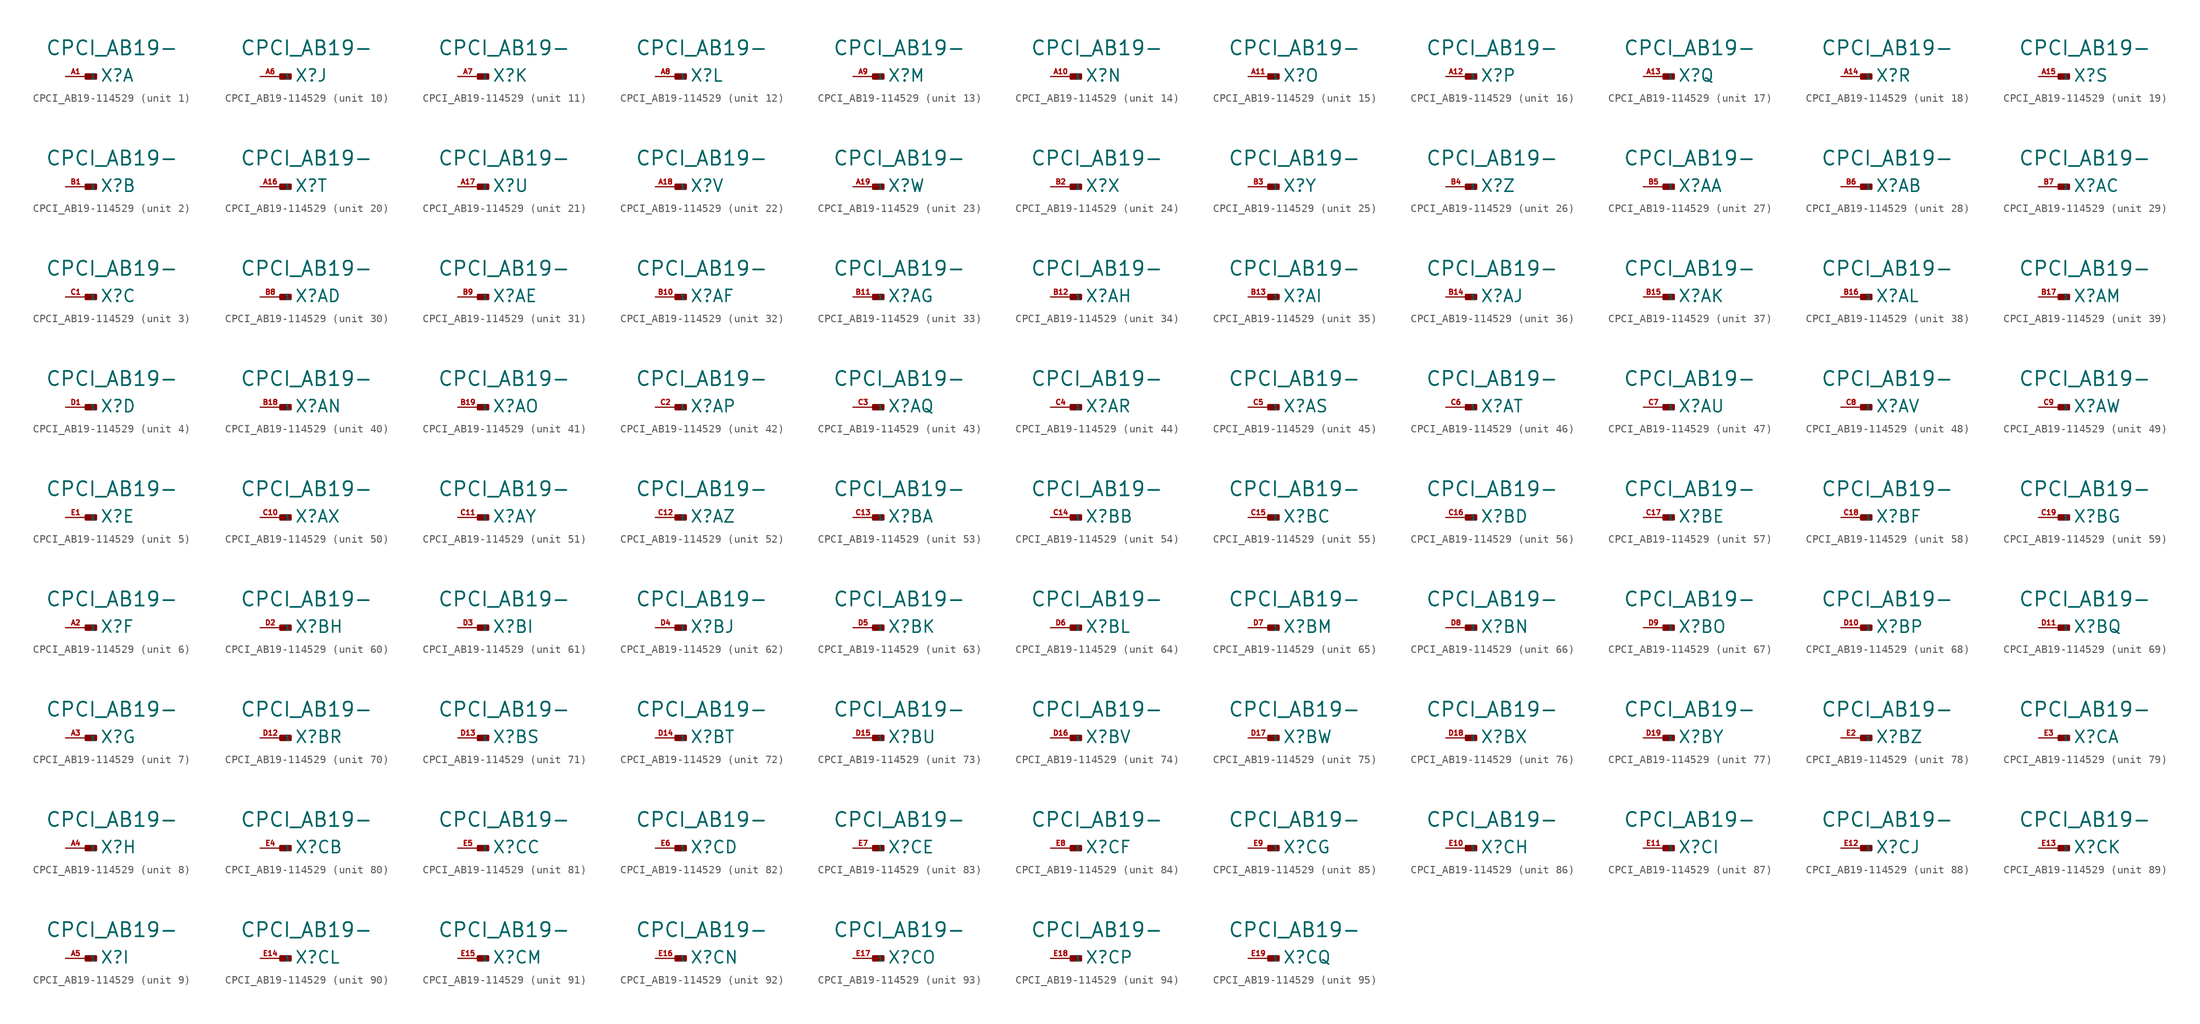
<source format=kicad_sym>
(kicad_symbol_lib
  (version 20220914)
  (generator Eagle2Kicad)
  (symbol "CPCI_AB19-114529"
    (property "Reference" "X"
      (at 1.778 -0.762 0)
      (effects (font (size 1.524 1.524) (thickness 0.19)) (justify left bottom)))
    (property "Value" "CPCI_AB19-"
      (at -5.08 2.54 0)
      (effects (font (size 1.778 1.778) (thickness 0.22)) (justify left bottom)))
    (symbol "CPCI_AB19-114529_1_0"
      (rectangle (start 0 -0.254) (end 1.27 0.254) (stroke (width 0.3) (type default)) (fill (type outline)))
      (pin input line (at -2.54 0 0) (length 2.54) (name "1" (effects (font (size 0.635 0.635) (thickness 0.08)) (justify left bottom))) (number "A1" (effects (font (size 0.635 0.635) (thickness 0.08)) (justify left bottom)))))
    (symbol "CPCI_AB19-114529_2_0"
      (rectangle (start 0 -0.254) (end 1.27 0.254) (stroke (width 0.3) (type default)) (fill (type outline)))
      (pin input line (at -2.54 0 0) (length 2.54) (name "1" (effects (font (size 0.635 0.635) (thickness 0.08)) (justify left bottom))) (number "B1" (effects (font (size 0.635 0.635) (thickness 0.08)) (justify left bottom)))))
    (symbol "CPCI_AB19-114529_3_0"
      (rectangle (start 0 -0.254) (end 1.27 0.254) (stroke (width 0.3) (type default)) (fill (type outline)))
      (pin input line (at -2.54 0 0) (length 2.54) (name "1" (effects (font (size 0.635 0.635) (thickness 0.08)) (justify left bottom))) (number "C1" (effects (font (size 0.635 0.635) (thickness 0.08)) (justify left bottom)))))
    (symbol "CPCI_AB19-114529_4_0"
      (rectangle (start 0 -0.254) (end 1.27 0.254) (stroke (width 0.3) (type default)) (fill (type outline)))
      (pin input line (at -2.54 0 0) (length 2.54) (name "1" (effects (font (size 0.635 0.635) (thickness 0.08)) (justify left bottom))) (number "D1" (effects (font (size 0.635 0.635) (thickness 0.08)) (justify left bottom)))))
    (symbol "CPCI_AB19-114529_5_0"
      (rectangle (start 0 -0.254) (end 1.27 0.254) (stroke (width 0.3) (type default)) (fill (type outline)))
      (pin input line (at -2.54 0 0) (length 2.54) (name "1" (effects (font (size 0.635 0.635) (thickness 0.08)) (justify left bottom))) (number "E1" (effects (font (size 0.635 0.635) (thickness 0.08)) (justify left bottom)))))
    (symbol "CPCI_AB19-114529_6_0"
      (rectangle (start 0 -0.254) (end 1.27 0.254) (stroke (width 0.3) (type default)) (fill (type outline)))
      (pin input line (at -2.54 0 0) (length 2.54) (name "1" (effects (font (size 0.635 0.635) (thickness 0.08)) (justify left bottom))) (number "A2" (effects (font (size 0.635 0.635) (thickness 0.08)) (justify left bottom)))))
    (symbol "CPCI_AB19-114529_7_0"
      (rectangle (start 0 -0.254) (end 1.27 0.254) (stroke (width 0.3) (type default)) (fill (type outline)))
      (pin input line (at -2.54 0 0) (length 2.54) (name "1" (effects (font (size 0.635 0.635) (thickness 0.08)) (justify left bottom))) (number "A3" (effects (font (size 0.635 0.635) (thickness 0.08)) (justify left bottom)))))
    (symbol "CPCI_AB19-114529_8_0"
      (rectangle (start 0 -0.254) (end 1.27 0.254) (stroke (width 0.3) (type default)) (fill (type outline)))
      (pin input line (at -2.54 0 0) (length 2.54) (name "1" (effects (font (size 0.635 0.635) (thickness 0.08)) (justify left bottom))) (number "A4" (effects (font (size 0.635 0.635) (thickness 0.08)) (justify left bottom)))))
    (symbol "CPCI_AB19-114529_9_0"
      (rectangle (start 0 -0.254) (end 1.27 0.254) (stroke (width 0.3) (type default)) (fill (type outline)))
      (pin input line (at -2.54 0 0) (length 2.54) (name "1" (effects (font (size 0.635 0.635) (thickness 0.08)) (justify left bottom))) (number "A5" (effects (font (size 0.635 0.635) (thickness 0.08)) (justify left bottom)))))
    (symbol "CPCI_AB19-114529_10_0"
      (rectangle (start 0 -0.254) (end 1.27 0.254) (stroke (width 0.3) (type default)) (fill (type outline)))
      (pin input line (at -2.54 0 0) (length 2.54) (name "1" (effects (font (size 0.635 0.635) (thickness 0.08)) (justify left bottom))) (number "A6" (effects (font (size 0.635 0.635) (thickness 0.08)) (justify left bottom)))))
    (symbol "CPCI_AB19-114529_11_0"
      (rectangle (start 0 -0.254) (end 1.27 0.254) (stroke (width 0.3) (type default)) (fill (type outline)))
      (pin input line (at -2.54 0 0) (length 2.54) (name "1" (effects (font (size 0.635 0.635) (thickness 0.08)) (justify left bottom))) (number "A7" (effects (font (size 0.635 0.635) (thickness 0.08)) (justify left bottom)))))
    (symbol "CPCI_AB19-114529_12_0"
      (rectangle (start 0 -0.254) (end 1.27 0.254) (stroke (width 0.3) (type default)) (fill (type outline)))
      (pin input line (at -2.54 0 0) (length 2.54) (name "1" (effects (font (size 0.635 0.635) (thickness 0.08)) (justify left bottom))) (number "A8" (effects (font (size 0.635 0.635) (thickness 0.08)) (justify left bottom)))))
    (symbol "CPCI_AB19-114529_13_0"
      (rectangle (start 0 -0.254) (end 1.27 0.254) (stroke (width 0.3) (type default)) (fill (type outline)))
      (pin input line (at -2.54 0 0) (length 2.54) (name "1" (effects (font (size 0.635 0.635) (thickness 0.08)) (justify left bottom))) (number "A9" (effects (font (size 0.635 0.635) (thickness 0.08)) (justify left bottom)))))
    (symbol "CPCI_AB19-114529_14_0"
      (rectangle (start 0 -0.254) (end 1.27 0.254) (stroke (width 0.3) (type default)) (fill (type outline)))
      (pin input line (at -2.54 0 0) (length 2.54) (name "1" (effects (font (size 0.635 0.635) (thickness 0.08)) (justify left bottom))) (number "A10" (effects (font (size 0.635 0.635) (thickness 0.08)) (justify left bottom)))))
    (symbol "CPCI_AB19-114529_15_0"
      (rectangle (start 0 -0.254) (end 1.27 0.254) (stroke (width 0.3) (type default)) (fill (type outline)))
      (pin input line (at -2.54 0 0) (length 2.54) (name "1" (effects (font (size 0.635 0.635) (thickness 0.08)) (justify left bottom))) (number "A11" (effects (font (size 0.635 0.635) (thickness 0.08)) (justify left bottom)))))
    (symbol "CPCI_AB19-114529_16_0"
      (rectangle (start 0 -0.254) (end 1.27 0.254) (stroke (width 0.3) (type default)) (fill (type outline)))
      (pin input line (at -2.54 0 0) (length 2.54) (name "1" (effects (font (size 0.635 0.635) (thickness 0.08)) (justify left bottom))) (number "A12" (effects (font (size 0.635 0.635) (thickness 0.08)) (justify left bottom)))))
    (symbol "CPCI_AB19-114529_17_0"
      (rectangle (start 0 -0.254) (end 1.27 0.254) (stroke (width 0.3) (type default)) (fill (type outline)))
      (pin input line (at -2.54 0 0) (length 2.54) (name "1" (effects (font (size 0.635 0.635) (thickness 0.08)) (justify left bottom))) (number "A13" (effects (font (size 0.635 0.635) (thickness 0.08)) (justify left bottom)))))
    (symbol "CPCI_AB19-114529_18_0"
      (rectangle (start 0 -0.254) (end 1.27 0.254) (stroke (width 0.3) (type default)) (fill (type outline)))
      (pin input line (at -2.54 0 0) (length 2.54) (name "1" (effects (font (size 0.635 0.635) (thickness 0.08)) (justify left bottom))) (number "A14" (effects (font (size 0.635 0.635) (thickness 0.08)) (justify left bottom)))))
    (symbol "CPCI_AB19-114529_19_0"
      (rectangle (start 0 -0.254) (end 1.27 0.254) (stroke (width 0.3) (type default)) (fill (type outline)))
      (pin input line (at -2.54 0 0) (length 2.54) (name "1" (effects (font (size 0.635 0.635) (thickness 0.08)) (justify left bottom))) (number "A15" (effects (font (size 0.635 0.635) (thickness 0.08)) (justify left bottom)))))
    (symbol "CPCI_AB19-114529_20_0"
      (rectangle (start 0 -0.254) (end 1.27 0.254) (stroke (width 0.3) (type default)) (fill (type outline)))
      (pin input line (at -2.54 0 0) (length 2.54) (name "1" (effects (font (size 0.635 0.635) (thickness 0.08)) (justify left bottom))) (number "A16" (effects (font (size 0.635 0.635) (thickness 0.08)) (justify left bottom)))))
    (symbol "CPCI_AB19-114529_21_0"
      (rectangle (start 0 -0.254) (end 1.27 0.254) (stroke (width 0.3) (type default)) (fill (type outline)))
      (pin input line (at -2.54 0 0) (length 2.54) (name "1" (effects (font (size 0.635 0.635) (thickness 0.08)) (justify left bottom))) (number "A17" (effects (font (size 0.635 0.635) (thickness 0.08)) (justify left bottom)))))
    (symbol "CPCI_AB19-114529_22_0"
      (rectangle (start 0 -0.254) (end 1.27 0.254) (stroke (width 0.3) (type default)) (fill (type outline)))
      (pin input line (at -2.54 0 0) (length 2.54) (name "1" (effects (font (size 0.635 0.635) (thickness 0.08)) (justify left bottom))) (number "A18" (effects (font (size 0.635 0.635) (thickness 0.08)) (justify left bottom)))))
    (symbol "CPCI_AB19-114529_23_0"
      (rectangle (start 0 -0.254) (end 1.27 0.254) (stroke (width 0.3) (type default)) (fill (type outline)))
      (pin input line (at -2.54 0 0) (length 2.54) (name "1" (effects (font (size 0.635 0.635) (thickness 0.08)) (justify left bottom))) (number "A19" (effects (font (size 0.635 0.635) (thickness 0.08)) (justify left bottom)))))
    (symbol "CPCI_AB19-114529_24_0"
      (rectangle (start 0 -0.254) (end 1.27 0.254) (stroke (width 0.3) (type default)) (fill (type outline)))
      (pin input line (at -2.54 0 0) (length 2.54) (name "1" (effects (font (size 0.635 0.635) (thickness 0.08)) (justify left bottom))) (number "B2" (effects (font (size 0.635 0.635) (thickness 0.08)) (justify left bottom)))))
    (symbol "CPCI_AB19-114529_25_0"
      (rectangle (start 0 -0.254) (end 1.27 0.254) (stroke (width 0.3) (type default)) (fill (type outline)))
      (pin input line (at -2.54 0 0) (length 2.54) (name "1" (effects (font (size 0.635 0.635) (thickness 0.08)) (justify left bottom))) (number "B3" (effects (font (size 0.635 0.635) (thickness 0.08)) (justify left bottom)))))
    (symbol "CPCI_AB19-114529_26_0"
      (rectangle (start 0 -0.254) (end 1.27 0.254) (stroke (width 0.3) (type default)) (fill (type outline)))
      (pin input line (at -2.54 0 0) (length 2.54) (name "1" (effects (font (size 0.635 0.635) (thickness 0.08)) (justify left bottom))) (number "B4" (effects (font (size 0.635 0.635) (thickness 0.08)) (justify left bottom)))))
    (symbol "CPCI_AB19-114529_27_0"
      (rectangle (start 0 -0.254) (end 1.27 0.254) (stroke (width 0.3) (type default)) (fill (type outline)))
      (pin input line (at -2.54 0 0) (length 2.54) (name "1" (effects (font (size 0.635 0.635) (thickness 0.08)) (justify left bottom))) (number "B5" (effects (font (size 0.635 0.635) (thickness 0.08)) (justify left bottom)))))
    (symbol "CPCI_AB19-114529_28_0"
      (rectangle (start 0 -0.254) (end 1.27 0.254) (stroke (width 0.3) (type default)) (fill (type outline)))
      (pin input line (at -2.54 0 0) (length 2.54) (name "1" (effects (font (size 0.635 0.635) (thickness 0.08)) (justify left bottom))) (number "B6" (effects (font (size 0.635 0.635) (thickness 0.08)) (justify left bottom)))))
    (symbol "CPCI_AB19-114529_29_0"
      (rectangle (start 0 -0.254) (end 1.27 0.254) (stroke (width 0.3) (type default)) (fill (type outline)))
      (pin input line (at -2.54 0 0) (length 2.54) (name "1" (effects (font (size 0.635 0.635) (thickness 0.08)) (justify left bottom))) (number "B7" (effects (font (size 0.635 0.635) (thickness 0.08)) (justify left bottom)))))
    (symbol "CPCI_AB19-114529_30_0"
      (rectangle (start 0 -0.254) (end 1.27 0.254) (stroke (width 0.3) (type default)) (fill (type outline)))
      (pin input line (at -2.54 0 0) (length 2.54) (name "1" (effects (font (size 0.635 0.635) (thickness 0.08)) (justify left bottom))) (number "B8" (effects (font (size 0.635 0.635) (thickness 0.08)) (justify left bottom)))))
    (symbol "CPCI_AB19-114529_31_0"
      (rectangle (start 0 -0.254) (end 1.27 0.254) (stroke (width 0.3) (type default)) (fill (type outline)))
      (pin input line (at -2.54 0 0) (length 2.54) (name "1" (effects (font (size 0.635 0.635) (thickness 0.08)) (justify left bottom))) (number "B9" (effects (font (size 0.635 0.635) (thickness 0.08)) (justify left bottom)))))
    (symbol "CPCI_AB19-114529_32_0"
      (rectangle (start 0 -0.254) (end 1.27 0.254) (stroke (width 0.3) (type default)) (fill (type outline)))
      (pin input line (at -2.54 0 0) (length 2.54) (name "1" (effects (font (size 0.635 0.635) (thickness 0.08)) (justify left bottom))) (number "B10" (effects (font (size 0.635 0.635) (thickness 0.08)) (justify left bottom)))))
    (symbol "CPCI_AB19-114529_33_0"
      (rectangle (start 0 -0.254) (end 1.27 0.254) (stroke (width 0.3) (type default)) (fill (type outline)))
      (pin input line (at -2.54 0 0) (length 2.54) (name "1" (effects (font (size 0.635 0.635) (thickness 0.08)) (justify left bottom))) (number "B11" (effects (font (size 0.635 0.635) (thickness 0.08)) (justify left bottom)))))
    (symbol "CPCI_AB19-114529_34_0"
      (rectangle (start 0 -0.254) (end 1.27 0.254) (stroke (width 0.3) (type default)) (fill (type outline)))
      (pin input line (at -2.54 0 0) (length 2.54) (name "1" (effects (font (size 0.635 0.635) (thickness 0.08)) (justify left bottom))) (number "B12" (effects (font (size 0.635 0.635) (thickness 0.08)) (justify left bottom)))))
    (symbol "CPCI_AB19-114529_35_0"
      (rectangle (start 0 -0.254) (end 1.27 0.254) (stroke (width 0.3) (type default)) (fill (type outline)))
      (pin input line (at -2.54 0 0) (length 2.54) (name "1" (effects (font (size 0.635 0.635) (thickness 0.08)) (justify left bottom))) (number "B13" (effects (font (size 0.635 0.635) (thickness 0.08)) (justify left bottom)))))
    (symbol "CPCI_AB19-114529_36_0"
      (rectangle (start 0 -0.254) (end 1.27 0.254) (stroke (width 0.3) (type default)) (fill (type outline)))
      (pin input line (at -2.54 0 0) (length 2.54) (name "1" (effects (font (size 0.635 0.635) (thickness 0.08)) (justify left bottom))) (number "B14" (effects (font (size 0.635 0.635) (thickness 0.08)) (justify left bottom)))))
    (symbol "CPCI_AB19-114529_37_0"
      (rectangle (start 0 -0.254) (end 1.27 0.254) (stroke (width 0.3) (type default)) (fill (type outline)))
      (pin input line (at -2.54 0 0) (length 2.54) (name "1" (effects (font (size 0.635 0.635) (thickness 0.08)) (justify left bottom))) (number "B15" (effects (font (size 0.635 0.635) (thickness 0.08)) (justify left bottom)))))
    (symbol "CPCI_AB19-114529_38_0"
      (rectangle (start 0 -0.254) (end 1.27 0.254) (stroke (width 0.3) (type default)) (fill (type outline)))
      (pin input line (at -2.54 0 0) (length 2.54) (name "1" (effects (font (size 0.635 0.635) (thickness 0.08)) (justify left bottom))) (number "B16" (effects (font (size 0.635 0.635) (thickness 0.08)) (justify left bottom)))))
    (symbol "CPCI_AB19-114529_39_0"
      (rectangle (start 0 -0.254) (end 1.27 0.254) (stroke (width 0.3) (type default)) (fill (type outline)))
      (pin input line (at -2.54 0 0) (length 2.54) (name "1" (effects (font (size 0.635 0.635) (thickness 0.08)) (justify left bottom))) (number "B17" (effects (font (size 0.635 0.635) (thickness 0.08)) (justify left bottom)))))
    (symbol "CPCI_AB19-114529_40_0"
      (rectangle (start 0 -0.254) (end 1.27 0.254) (stroke (width 0.3) (type default)) (fill (type outline)))
      (pin input line (at -2.54 0 0) (length 2.54) (name "1" (effects (font (size 0.635 0.635) (thickness 0.08)) (justify left bottom))) (number "B18" (effects (font (size 0.635 0.635) (thickness 0.08)) (justify left bottom)))))
    (symbol "CPCI_AB19-114529_41_0"
      (rectangle (start 0 -0.254) (end 1.27 0.254) (stroke (width 0.3) (type default)) (fill (type outline)))
      (pin input line (at -2.54 0 0) (length 2.54) (name "1" (effects (font (size 0.635 0.635) (thickness 0.08)) (justify left bottom))) (number "B19" (effects (font (size 0.635 0.635) (thickness 0.08)) (justify left bottom)))))
    (symbol "CPCI_AB19-114529_42_0"
      (rectangle (start 0 -0.254) (end 1.27 0.254) (stroke (width 0.3) (type default)) (fill (type outline)))
      (pin input line (at -2.54 0 0) (length 2.54) (name "1" (effects (font (size 0.635 0.635) (thickness 0.08)) (justify left bottom))) (number "C2" (effects (font (size 0.635 0.635) (thickness 0.08)) (justify left bottom)))))
    (symbol "CPCI_AB19-114529_43_0"
      (rectangle (start 0 -0.254) (end 1.27 0.254) (stroke (width 0.3) (type default)) (fill (type outline)))
      (pin input line (at -2.54 0 0) (length 2.54) (name "1" (effects (font (size 0.635 0.635) (thickness 0.08)) (justify left bottom))) (number "C3" (effects (font (size 0.635 0.635) (thickness 0.08)) (justify left bottom)))))
    (symbol "CPCI_AB19-114529_44_0"
      (rectangle (start 0 -0.254) (end 1.27 0.254) (stroke (width 0.3) (type default)) (fill (type outline)))
      (pin input line (at -2.54 0 0) (length 2.54) (name "1" (effects (font (size 0.635 0.635) (thickness 0.08)) (justify left bottom))) (number "C4" (effects (font (size 0.635 0.635) (thickness 0.08)) (justify left bottom)))))
    (symbol "CPCI_AB19-114529_45_0"
      (rectangle (start 0 -0.254) (end 1.27 0.254) (stroke (width 0.3) (type default)) (fill (type outline)))
      (pin input line (at -2.54 0 0) (length 2.54) (name "1" (effects (font (size 0.635 0.635) (thickness 0.08)) (justify left bottom))) (number "C5" (effects (font (size 0.635 0.635) (thickness 0.08)) (justify left bottom)))))
    (symbol "CPCI_AB19-114529_46_0"
      (rectangle (start 0 -0.254) (end 1.27 0.254) (stroke (width 0.3) (type default)) (fill (type outline)))
      (pin input line (at -2.54 0 0) (length 2.54) (name "1" (effects (font (size 0.635 0.635) (thickness 0.08)) (justify left bottom))) (number "C6" (effects (font (size 0.635 0.635) (thickness 0.08)) (justify left bottom)))))
    (symbol "CPCI_AB19-114529_47_0"
      (rectangle (start 0 -0.254) (end 1.27 0.254) (stroke (width 0.3) (type default)) (fill (type outline)))
      (pin input line (at -2.54 0 0) (length 2.54) (name "1" (effects (font (size 0.635 0.635) (thickness 0.08)) (justify left bottom))) (number "C7" (effects (font (size 0.635 0.635) (thickness 0.08)) (justify left bottom)))))
    (symbol "CPCI_AB19-114529_48_0"
      (rectangle (start 0 -0.254) (end 1.27 0.254) (stroke (width 0.3) (type default)) (fill (type outline)))
      (pin input line (at -2.54 0 0) (length 2.54) (name "1" (effects (font (size 0.635 0.635) (thickness 0.08)) (justify left bottom))) (number "C8" (effects (font (size 0.635 0.635) (thickness 0.08)) (justify left bottom)))))
    (symbol "CPCI_AB19-114529_49_0"
      (rectangle (start 0 -0.254) (end 1.27 0.254) (stroke (width 0.3) (type default)) (fill (type outline)))
      (pin input line (at -2.54 0 0) (length 2.54) (name "1" (effects (font (size 0.635 0.635) (thickness 0.08)) (justify left bottom))) (number "C9" (effects (font (size 0.635 0.635) (thickness 0.08)) (justify left bottom)))))
    (symbol "CPCI_AB19-114529_50_0"
      (rectangle (start 0 -0.254) (end 1.27 0.254) (stroke (width 0.3) (type default)) (fill (type outline)))
      (pin input line (at -2.54 0 0) (length 2.54) (name "1" (effects (font (size 0.635 0.635) (thickness 0.08)) (justify left bottom))) (number "C10" (effects (font (size 0.635 0.635) (thickness 0.08)) (justify left bottom)))))
    (symbol "CPCI_AB19-114529_51_0"
      (rectangle (start 0 -0.254) (end 1.27 0.254) (stroke (width 0.3) (type default)) (fill (type outline)))
      (pin input line (at -2.54 0 0) (length 2.54) (name "1" (effects (font (size 0.635 0.635) (thickness 0.08)) (justify left bottom))) (number "C11" (effects (font (size 0.635 0.635) (thickness 0.08)) (justify left bottom)))))
    (symbol "CPCI_AB19-114529_52_0"
      (rectangle (start 0 -0.254) (end 1.27 0.254) (stroke (width 0.3) (type default)) (fill (type outline)))
      (pin input line (at -2.54 0 0) (length 2.54) (name "1" (effects (font (size 0.635 0.635) (thickness 0.08)) (justify left bottom))) (number "C12" (effects (font (size 0.635 0.635) (thickness 0.08)) (justify left bottom)))))
    (symbol "CPCI_AB19-114529_53_0"
      (rectangle (start 0 -0.254) (end 1.27 0.254) (stroke (width 0.3) (type default)) (fill (type outline)))
      (pin input line (at -2.54 0 0) (length 2.54) (name "1" (effects (font (size 0.635 0.635) (thickness 0.08)) (justify left bottom))) (number "C13" (effects (font (size 0.635 0.635) (thickness 0.08)) (justify left bottom)))))
    (symbol "CPCI_AB19-114529_54_0"
      (rectangle (start 0 -0.254) (end 1.27 0.254) (stroke (width 0.3) (type default)) (fill (type outline)))
      (pin input line (at -2.54 0 0) (length 2.54) (name "1" (effects (font (size 0.635 0.635) (thickness 0.08)) (justify left bottom))) (number "C14" (effects (font (size 0.635 0.635) (thickness 0.08)) (justify left bottom)))))
    (symbol "CPCI_AB19-114529_55_0"
      (rectangle (start 0 -0.254) (end 1.27 0.254) (stroke (width 0.3) (type default)) (fill (type outline)))
      (pin input line (at -2.54 0 0) (length 2.54) (name "1" (effects (font (size 0.635 0.635) (thickness 0.08)) (justify left bottom))) (number "C15" (effects (font (size 0.635 0.635) (thickness 0.08)) (justify left bottom)))))
    (symbol "CPCI_AB19-114529_56_0"
      (rectangle (start 0 -0.254) (end 1.27 0.254) (stroke (width 0.3) (type default)) (fill (type outline)))
      (pin input line (at -2.54 0 0) (length 2.54) (name "1" (effects (font (size 0.635 0.635) (thickness 0.08)) (justify left bottom))) (number "C16" (effects (font (size 0.635 0.635) (thickness 0.08)) (justify left bottom)))))
    (symbol "CPCI_AB19-114529_57_0"
      (rectangle (start 0 -0.254) (end 1.27 0.254) (stroke (width 0.3) (type default)) (fill (type outline)))
      (pin input line (at -2.54 0 0) (length 2.54) (name "1" (effects (font (size 0.635 0.635) (thickness 0.08)) (justify left bottom))) (number "C17" (effects (font (size 0.635 0.635) (thickness 0.08)) (justify left bottom)))))
    (symbol "CPCI_AB19-114529_58_0"
      (rectangle (start 0 -0.254) (end 1.27 0.254) (stroke (width 0.3) (type default)) (fill (type outline)))
      (pin input line (at -2.54 0 0) (length 2.54) (name "1" (effects (font (size 0.635 0.635) (thickness 0.08)) (justify left bottom))) (number "C18" (effects (font (size 0.635 0.635) (thickness 0.08)) (justify left bottom)))))
    (symbol "CPCI_AB19-114529_59_0"
      (rectangle (start 0 -0.254) (end 1.27 0.254) (stroke (width 0.3) (type default)) (fill (type outline)))
      (pin input line (at -2.54 0 0) (length 2.54) (name "1" (effects (font (size 0.635 0.635) (thickness 0.08)) (justify left bottom))) (number "C19" (effects (font (size 0.635 0.635) (thickness 0.08)) (justify left bottom)))))
    (symbol "CPCI_AB19-114529_60_0"
      (rectangle (start 0 -0.254) (end 1.27 0.254) (stroke (width 0.3) (type default)) (fill (type outline)))
      (pin input line (at -2.54 0 0) (length 2.54) (name "1" (effects (font (size 0.635 0.635) (thickness 0.08)) (justify left bottom))) (number "D2" (effects (font (size 0.635 0.635) (thickness 0.08)) (justify left bottom)))))
    (symbol "CPCI_AB19-114529_61_0"
      (rectangle (start 0 -0.254) (end 1.27 0.254) (stroke (width 0.3) (type default)) (fill (type outline)))
      (pin input line (at -2.54 0 0) (length 2.54) (name "1" (effects (font (size 0.635 0.635) (thickness 0.08)) (justify left bottom))) (number "D3" (effects (font (size 0.635 0.635) (thickness 0.08)) (justify left bottom)))))
    (symbol "CPCI_AB19-114529_62_0"
      (rectangle (start 0 -0.254) (end 1.27 0.254) (stroke (width 0.3) (type default)) (fill (type outline)))
      (pin input line (at -2.54 0 0) (length 2.54) (name "1" (effects (font (size 0.635 0.635) (thickness 0.08)) (justify left bottom))) (number "D4" (effects (font (size 0.635 0.635) (thickness 0.08)) (justify left bottom)))))
    (symbol "CPCI_AB19-114529_63_0"
      (rectangle (start 0 -0.254) (end 1.27 0.254) (stroke (width 0.3) (type default)) (fill (type outline)))
      (pin input line (at -2.54 0 0) (length 2.54) (name "1" (effects (font (size 0.635 0.635) (thickness 0.08)) (justify left bottom))) (number "D5" (effects (font (size 0.635 0.635) (thickness 0.08)) (justify left bottom)))))
    (symbol "CPCI_AB19-114529_64_0"
      (rectangle (start 0 -0.254) (end 1.27 0.254) (stroke (width 0.3) (type default)) (fill (type outline)))
      (pin input line (at -2.54 0 0) (length 2.54) (name "1" (effects (font (size 0.635 0.635) (thickness 0.08)) (justify left bottom))) (number "D6" (effects (font (size 0.635 0.635) (thickness 0.08)) (justify left bottom)))))
    (symbol "CPCI_AB19-114529_65_0"
      (rectangle (start 0 -0.254) (end 1.27 0.254) (stroke (width 0.3) (type default)) (fill (type outline)))
      (pin input line (at -2.54 0 0) (length 2.54) (name "1" (effects (font (size 0.635 0.635) (thickness 0.08)) (justify left bottom))) (number "D7" (effects (font (size 0.635 0.635) (thickness 0.08)) (justify left bottom)))))
    (symbol "CPCI_AB19-114529_66_0"
      (rectangle (start 0 -0.254) (end 1.27 0.254) (stroke (width 0.3) (type default)) (fill (type outline)))
      (pin input line (at -2.54 0 0) (length 2.54) (name "1" (effects (font (size 0.635 0.635) (thickness 0.08)) (justify left bottom))) (number "D8" (effects (font (size 0.635 0.635) (thickness 0.08)) (justify left bottom)))))
    (symbol "CPCI_AB19-114529_67_0"
      (rectangle (start 0 -0.254) (end 1.27 0.254) (stroke (width 0.3) (type default)) (fill (type outline)))
      (pin input line (at -2.54 0 0) (length 2.54) (name "1" (effects (font (size 0.635 0.635) (thickness 0.08)) (justify left bottom))) (number "D9" (effects (font (size 0.635 0.635) (thickness 0.08)) (justify left bottom)))))
    (symbol "CPCI_AB19-114529_68_0"
      (rectangle (start 0 -0.254) (end 1.27 0.254) (stroke (width 0.3) (type default)) (fill (type outline)))
      (pin input line (at -2.54 0 0) (length 2.54) (name "1" (effects (font (size 0.635 0.635) (thickness 0.08)) (justify left bottom))) (number "D10" (effects (font (size 0.635 0.635) (thickness 0.08)) (justify left bottom)))))
    (symbol "CPCI_AB19-114529_69_0"
      (rectangle (start 0 -0.254) (end 1.27 0.254) (stroke (width 0.3) (type default)) (fill (type outline)))
      (pin input line (at -2.54 0 0) (length 2.54) (name "1" (effects (font (size 0.635 0.635) (thickness 0.08)) (justify left bottom))) (number "D11" (effects (font (size 0.635 0.635) (thickness 0.08)) (justify left bottom)))))
    (symbol "CPCI_AB19-114529_70_0"
      (rectangle (start 0 -0.254) (end 1.27 0.254) (stroke (width 0.3) (type default)) (fill (type outline)))
      (pin input line (at -2.54 0 0) (length 2.54) (name "1" (effects (font (size 0.635 0.635) (thickness 0.08)) (justify left bottom))) (number "D12" (effects (font (size 0.635 0.635) (thickness 0.08)) (justify left bottom)))))
    (symbol "CPCI_AB19-114529_71_0"
      (rectangle (start 0 -0.254) (end 1.27 0.254) (stroke (width 0.3) (type default)) (fill (type outline)))
      (pin input line (at -2.54 0 0) (length 2.54) (name "1" (effects (font (size 0.635 0.635) (thickness 0.08)) (justify left bottom))) (number "D13" (effects (font (size 0.635 0.635) (thickness 0.08)) (justify left bottom)))))
    (symbol "CPCI_AB19-114529_72_0"
      (rectangle (start 0 -0.254) (end 1.27 0.254) (stroke (width 0.3) (type default)) (fill (type outline)))
      (pin input line (at -2.54 0 0) (length 2.54) (name "1" (effects (font (size 0.635 0.635) (thickness 0.08)) (justify left bottom))) (number "D14" (effects (font (size 0.635 0.635) (thickness 0.08)) (justify left bottom)))))
    (symbol "CPCI_AB19-114529_73_0"
      (rectangle (start 0 -0.254) (end 1.27 0.254) (stroke (width 0.3) (type default)) (fill (type outline)))
      (pin input line (at -2.54 0 0) (length 2.54) (name "1" (effects (font (size 0.635 0.635) (thickness 0.08)) (justify left bottom))) (number "D15" (effects (font (size 0.635 0.635) (thickness 0.08)) (justify left bottom)))))
    (symbol "CPCI_AB19-114529_74_0"
      (rectangle (start 0 -0.254) (end 1.27 0.254) (stroke (width 0.3) (type default)) (fill (type outline)))
      (pin input line (at -2.54 0 0) (length 2.54) (name "1" (effects (font (size 0.635 0.635) (thickness 0.08)) (justify left bottom))) (number "D16" (effects (font (size 0.635 0.635) (thickness 0.08)) (justify left bottom)))))
    (symbol "CPCI_AB19-114529_75_0"
      (rectangle (start 0 -0.254) (end 1.27 0.254) (stroke (width 0.3) (type default)) (fill (type outline)))
      (pin input line (at -2.54 0 0) (length 2.54) (name "1" (effects (font (size 0.635 0.635) (thickness 0.08)) (justify left bottom))) (number "D17" (effects (font (size 0.635 0.635) (thickness 0.08)) (justify left bottom)))))
    (symbol "CPCI_AB19-114529_76_0"
      (rectangle (start 0 -0.254) (end 1.27 0.254) (stroke (width 0.3) (type default)) (fill (type outline)))
      (pin input line (at -2.54 0 0) (length 2.54) (name "1" (effects (font (size 0.635 0.635) (thickness 0.08)) (justify left bottom))) (number "D18" (effects (font (size 0.635 0.635) (thickness 0.08)) (justify left bottom)))))
    (symbol "CPCI_AB19-114529_77_0"
      (rectangle (start 0 -0.254) (end 1.27 0.254) (stroke (width 0.3) (type default)) (fill (type outline)))
      (pin input line (at -2.54 0 0) (length 2.54) (name "1" (effects (font (size 0.635 0.635) (thickness 0.08)) (justify left bottom))) (number "D19" (effects (font (size 0.635 0.635) (thickness 0.08)) (justify left bottom)))))
    (symbol "CPCI_AB19-114529_78_0"
      (rectangle (start 0 -0.254) (end 1.27 0.254) (stroke (width 0.3) (type default)) (fill (type outline)))
      (pin input line (at -2.54 0 0) (length 2.54) (name "1" (effects (font (size 0.635 0.635) (thickness 0.08)) (justify left bottom))) (number "E2" (effects (font (size 0.635 0.635) (thickness 0.08)) (justify left bottom)))))
    (symbol "CPCI_AB19-114529_79_0"
      (rectangle (start 0 -0.254) (end 1.27 0.254) (stroke (width 0.3) (type default)) (fill (type outline)))
      (pin input line (at -2.54 0 0) (length 2.54) (name "1" (effects (font (size 0.635 0.635) (thickness 0.08)) (justify left bottom))) (number "E3" (effects (font (size 0.635 0.635) (thickness 0.08)) (justify left bottom)))))
    (symbol "CPCI_AB19-114529_80_0"
      (rectangle (start 0 -0.254) (end 1.27 0.254) (stroke (width 0.3) (type default)) (fill (type outline)))
      (pin input line (at -2.54 0 0) (length 2.54) (name "1" (effects (font (size 0.635 0.635) (thickness 0.08)) (justify left bottom))) (number "E4" (effects (font (size 0.635 0.635) (thickness 0.08)) (justify left bottom)))))
    (symbol "CPCI_AB19-114529_81_0"
      (rectangle (start 0 -0.254) (end 1.27 0.254) (stroke (width 0.3) (type default)) (fill (type outline)))
      (pin input line (at -2.54 0 0) (length 2.54) (name "1" (effects (font (size 0.635 0.635) (thickness 0.08)) (justify left bottom))) (number "E5" (effects (font (size 0.635 0.635) (thickness 0.08)) (justify left bottom)))))
    (symbol "CPCI_AB19-114529_82_0"
      (rectangle (start 0 -0.254) (end 1.27 0.254) (stroke (width 0.3) (type default)) (fill (type outline)))
      (pin input line (at -2.54 0 0) (length 2.54) (name "1" (effects (font (size 0.635 0.635) (thickness 0.08)) (justify left bottom))) (number "E6" (effects (font (size 0.635 0.635) (thickness 0.08)) (justify left bottom)))))
    (symbol "CPCI_AB19-114529_83_0"
      (rectangle (start 0 -0.254) (end 1.27 0.254) (stroke (width 0.3) (type default)) (fill (type outline)))
      (pin input line (at -2.54 0 0) (length 2.54) (name "1" (effects (font (size 0.635 0.635) (thickness 0.08)) (justify left bottom))) (number "E7" (effects (font (size 0.635 0.635) (thickness 0.08)) (justify left bottom)))))
    (symbol "CPCI_AB19-114529_84_0"
      (rectangle (start 0 -0.254) (end 1.27 0.254) (stroke (width 0.3) (type default)) (fill (type outline)))
      (pin input line (at -2.54 0 0) (length 2.54) (name "1" (effects (font (size 0.635 0.635) (thickness 0.08)) (justify left bottom))) (number "E8" (effects (font (size 0.635 0.635) (thickness 0.08)) (justify left bottom)))))
    (symbol "CPCI_AB19-114529_85_0"
      (rectangle (start 0 -0.254) (end 1.27 0.254) (stroke (width 0.3) (type default)) (fill (type outline)))
      (pin input line (at -2.54 0 0) (length 2.54) (name "1" (effects (font (size 0.635 0.635) (thickness 0.08)) (justify left bottom))) (number "E9" (effects (font (size 0.635 0.635) (thickness 0.08)) (justify left bottom)))))
    (symbol "CPCI_AB19-114529_86_0"
      (rectangle (start 0 -0.254) (end 1.27 0.254) (stroke (width 0.3) (type default)) (fill (type outline)))
      (pin input line (at -2.54 0 0) (length 2.54) (name "1" (effects (font (size 0.635 0.635) (thickness 0.08)) (justify left bottom))) (number "E10" (effects (font (size 0.635 0.635) (thickness 0.08)) (justify left bottom)))))
    (symbol "CPCI_AB19-114529_87_0"
      (rectangle (start 0 -0.254) (end 1.27 0.254) (stroke (width 0.3) (type default)) (fill (type outline)))
      (pin input line (at -2.54 0 0) (length 2.54) (name "1" (effects (font (size 0.635 0.635) (thickness 0.08)) (justify left bottom))) (number "E11" (effects (font (size 0.635 0.635) (thickness 0.08)) (justify left bottom)))))
    (symbol "CPCI_AB19-114529_88_0"
      (rectangle (start 0 -0.254) (end 1.27 0.254) (stroke (width 0.3) (type default)) (fill (type outline)))
      (pin input line (at -2.54 0 0) (length 2.54) (name "1" (effects (font (size 0.635 0.635) (thickness 0.08)) (justify left bottom))) (number "E12" (effects (font (size 0.635 0.635) (thickness 0.08)) (justify left bottom)))))
    (symbol "CPCI_AB19-114529_89_0"
      (rectangle (start 0 -0.254) (end 1.27 0.254) (stroke (width 0.3) (type default)) (fill (type outline)))
      (pin input line (at -2.54 0 0) (length 2.54) (name "1" (effects (font (size 0.635 0.635) (thickness 0.08)) (justify left bottom))) (number "E13" (effects (font (size 0.635 0.635) (thickness 0.08)) (justify left bottom)))))
    (symbol "CPCI_AB19-114529_90_0"
      (rectangle (start 0 -0.254) (end 1.27 0.254) (stroke (width 0.3) (type default)) (fill (type outline)))
      (pin input line (at -2.54 0 0) (length 2.54) (name "1" (effects (font (size 0.635 0.635) (thickness 0.08)) (justify left bottom))) (number "E14" (effects (font (size 0.635 0.635) (thickness 0.08)) (justify left bottom)))))
    (symbol "CPCI_AB19-114529_91_0"
      (rectangle (start 0 -0.254) (end 1.27 0.254) (stroke (width 0.3) (type default)) (fill (type outline)))
      (pin input line (at -2.54 0 0) (length 2.54) (name "1" (effects (font (size 0.635 0.635) (thickness 0.08)) (justify left bottom))) (number "E15" (effects (font (size 0.635 0.635) (thickness 0.08)) (justify left bottom)))))
    (symbol "CPCI_AB19-114529_92_0"
      (rectangle (start 0 -0.254) (end 1.27 0.254) (stroke (width 0.3) (type default)) (fill (type outline)))
      (pin input line (at -2.54 0 0) (length 2.54) (name "1" (effects (font (size 0.635 0.635) (thickness 0.08)) (justify left bottom))) (number "E16" (effects (font (size 0.635 0.635) (thickness 0.08)) (justify left bottom)))))
    (symbol "CPCI_AB19-114529_93_0"
      (rectangle (start 0 -0.254) (end 1.27 0.254) (stroke (width 0.3) (type default)) (fill (type outline)))
      (pin input line (at -2.54 0 0) (length 2.54) (name "1" (effects (font (size 0.635 0.635) (thickness 0.08)) (justify left bottom))) (number "E17" (effects (font (size 0.635 0.635) (thickness 0.08)) (justify left bottom)))))
    (symbol "CPCI_AB19-114529_94_0"
      (rectangle (start 0 -0.254) (end 1.27 0.254) (stroke (width 0.3) (type default)) (fill (type outline)))
      (pin input line (at -2.54 0 0) (length 2.54) (name "1" (effects (font (size 0.635 0.635) (thickness 0.08)) (justify left bottom))) (number "E18" (effects (font (size 0.635 0.635) (thickness 0.08)) (justify left bottom)))))
    (symbol "CPCI_AB19-114529_95_0"
      (rectangle (start 0 -0.254) (end 1.27 0.254) (stroke (width 0.3) (type default)) (fill (type outline)))
      (pin input line (at -2.54 0 0) (length 2.54) (name "1" (effects (font (size 0.635 0.635) (thickness 0.08)) (justify left bottom))) (number "E19" (effects (font (size 0.635 0.635) (thickness 0.08)) (justify left bottom)))))))
</source>
